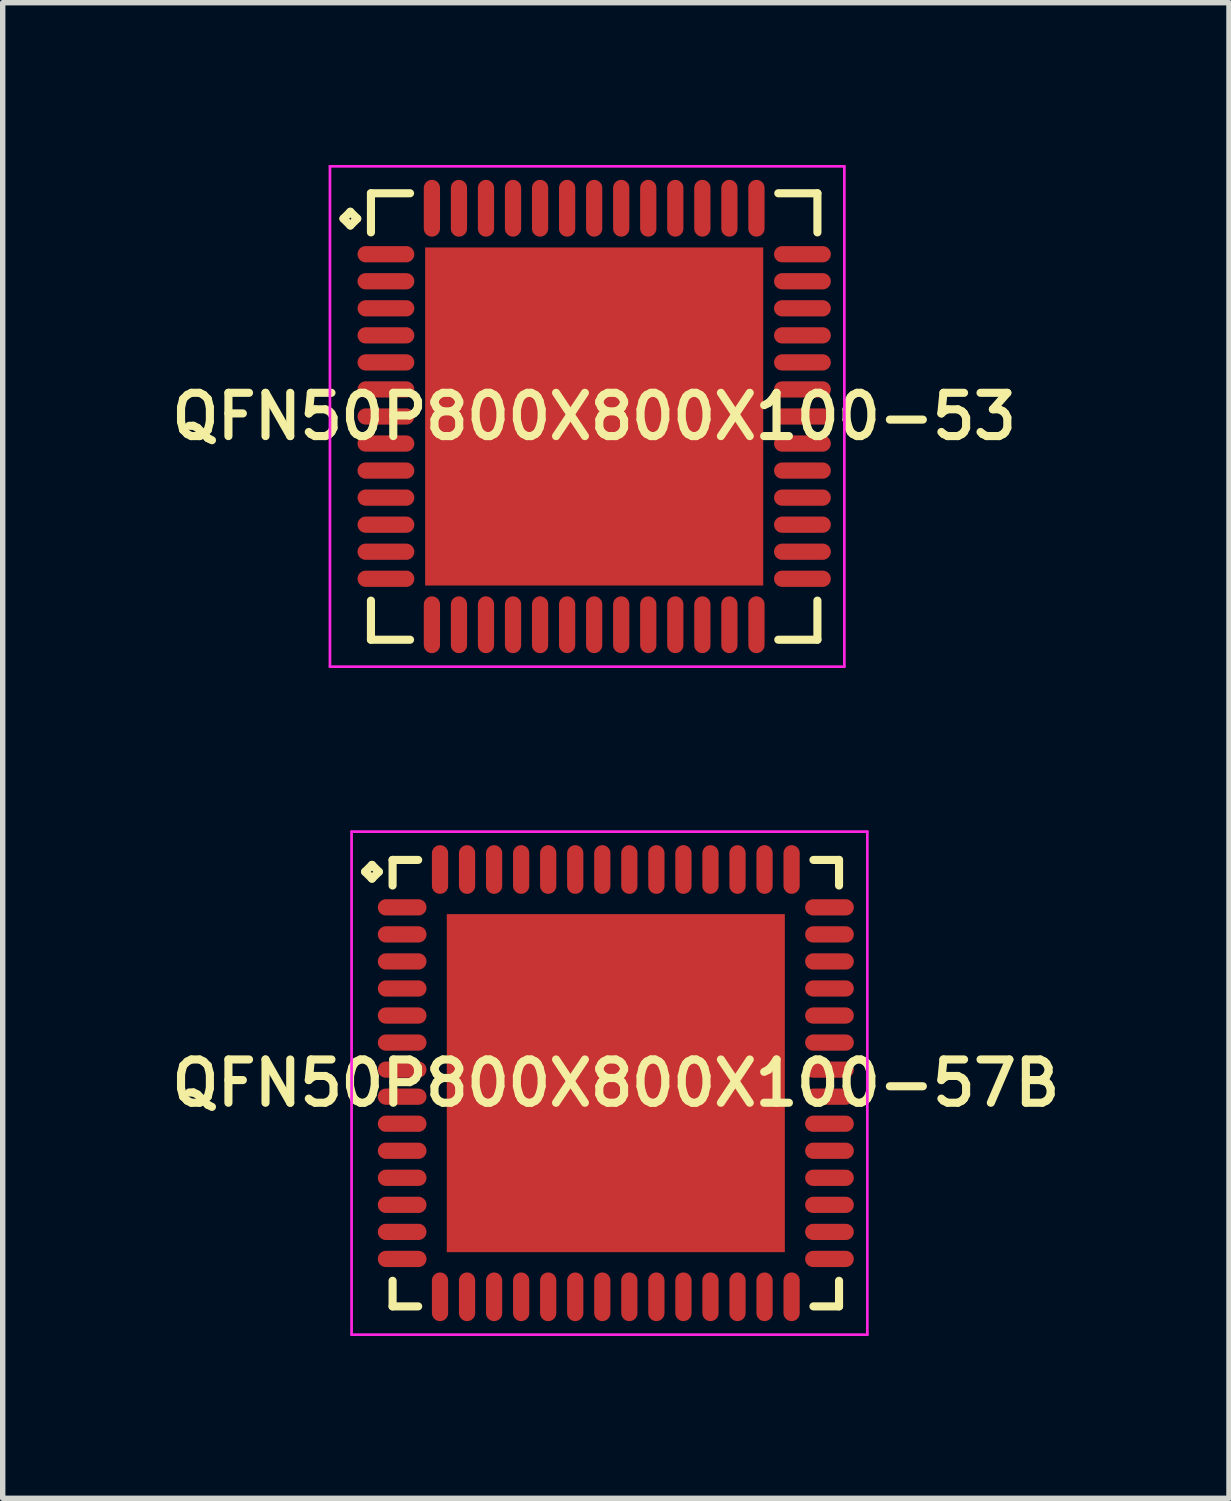
<source format=kicad_pcb>
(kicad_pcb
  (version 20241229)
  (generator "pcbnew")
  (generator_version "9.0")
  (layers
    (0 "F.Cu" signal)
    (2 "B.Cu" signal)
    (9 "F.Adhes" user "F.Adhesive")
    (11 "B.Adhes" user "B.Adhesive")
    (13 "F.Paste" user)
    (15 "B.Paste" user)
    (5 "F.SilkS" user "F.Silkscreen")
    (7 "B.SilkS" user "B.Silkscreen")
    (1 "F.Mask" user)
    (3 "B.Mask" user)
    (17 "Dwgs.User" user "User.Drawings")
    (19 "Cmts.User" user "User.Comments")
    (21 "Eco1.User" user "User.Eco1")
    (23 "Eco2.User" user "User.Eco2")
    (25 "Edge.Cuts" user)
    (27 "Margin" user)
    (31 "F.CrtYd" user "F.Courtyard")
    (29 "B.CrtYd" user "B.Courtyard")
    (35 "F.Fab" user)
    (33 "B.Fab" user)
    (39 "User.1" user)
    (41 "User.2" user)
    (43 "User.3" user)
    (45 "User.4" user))
  (footprint "QFN50P800X800X100-57B"
    (layer "F.Cu")
    (at 8.335 16.975)
    (property "Reference" "QFN50P800X800X100-57B" (at 0 0 0) (layer "F.SilkS") (effects (font (size 0.8 0.8) (thickness 0.15))))
    (attr smd)
    (fp_line (start -4.635 -3.908) (end -4.508 -4.035) (stroke (width 0.15) (type solid)) (layer "F.SilkS"))
    (fp_line (start -4.508 -4.035) (end -4.381 -3.908) (stroke (width 0.15) (type solid)) (layer "F.SilkS"))
    (fp_line (start -4.508 -3.781) (end -4.635 -3.908) (stroke (width 0.15) (type solid)) (layer "F.SilkS"))
    (fp_line (start -4.381 -3.908) (end -4.508 -3.781) (stroke (width 0.15) (type solid)) (layer "F.SilkS"))
    (fp_line (start -4.127 -4.127) (end -3.654 -4.127) (stroke (width 0.15) (type solid)) (layer "F.SilkS"))
    (fp_line (start -4.127 -3.654) (end -4.127 -4.127) (stroke (width 0.15) (type solid)) (layer "F.SilkS"))
    (fp_line (start -4.127 3.654) (end -4.127 4.127) (stroke (width 0.15) (type solid)) (layer "F.SilkS"))
    (fp_line (start -4.127 4.127) (end -3.654 4.127) (stroke (width 0.15) (type solid)) (layer "F.SilkS"))
    (fp_line (start 3.654 -4.127) (end 4.127 -4.127) (stroke (width 0.15) (type solid)) (layer "F.SilkS"))
    (fp_line (start 3.654 4.127) (end 4.127 4.127) (stroke (width 0.15) (type solid)) (layer "F.SilkS"))
    (fp_line (start 4.127 -4.127) (end 4.127 -3.654) (stroke (width 0.15) (type solid)) (layer "F.SilkS"))
    (fp_line (start 4.127 4.127) (end 4.127 3.654) (stroke (width 0.15) (type solid)) (layer "F.SilkS"))
    (fp_line (start -4.885 -4.65) (end 4.65 -4.65) (stroke (width 0.05) (type solid)) (layer "F.CrtYd"))
    (fp_line (start -4.885 4.65) (end -4.885 -4.65) (stroke (width 0.05) (type solid)) (layer "F.CrtYd"))
    (fp_line (start 4.65 -4.65) (end 4.65 4.65) (stroke (width 0.05) (type solid)) (layer "F.CrtYd"))
    (fp_line (start 4.65 4.65) (end -4.885 4.65) (stroke (width 0.05) (type solid)) (layer "F.CrtYd"))
    (pad "1" smd oval (at -3.95 -3.25) (size 0.9 0.3) (layers "F.Cu" "F.Mask" "F.Paste"))
    (pad "2" smd oval (at -3.95 -2.75) (size 0.9 0.3) (layers "F.Cu" "F.Mask" "F.Paste"))
    (pad "3" smd oval (at -3.95 -2.25) (size 0.9 0.3) (layers "F.Cu" "F.Mask" "F.Paste"))
    (pad "4" smd oval (at -3.95 -1.75) (size 0.9 0.3) (layers "F.Cu" "F.Mask" "F.Paste"))
    (pad "5" smd oval (at -3.95 -1.25) (size 0.9 0.3) (layers "F.Cu" "F.Mask" "F.Paste"))
    (pad "6" smd oval (at -3.95 -0.75) (size 0.9 0.3) (layers "F.Cu" "F.Mask" "F.Paste"))
    (pad "7" smd oval (at -3.95 -0.25) (size 0.9 0.3) (layers "F.Cu" "F.Mask" "F.Paste"))
    (pad "8" smd oval (at -3.95 0.25) (size 0.9 0.3) (layers "F.Cu" "F.Mask" "F.Paste"))
    (pad "9" smd oval (at -3.95 0.75) (size 0.9 0.3) (layers "F.Cu" "F.Mask" "F.Paste"))
    (pad "10" smd oval (at -3.95 1.25) (size 0.9 0.3) (layers "F.Cu" "F.Mask" "F.Paste"))
    (pad "11" smd oval (at -3.95 1.75) (size 0.9 0.3) (layers "F.Cu" "F.Mask" "F.Paste"))
    (pad "12" smd oval (at -3.95 2.25) (size 0.9 0.3) (layers "F.Cu" "F.Mask" "F.Paste"))
    (pad "13" smd oval (at -3.95 2.75) (size 0.9 0.3) (layers "F.Cu" "F.Mask" "F.Paste"))
    (pad "14" smd oval (at -3.95 3.25) (size 0.9 0.3) (layers "F.Cu" "F.Mask" "F.Paste"))
    (pad "15" smd oval (at -3.25 3.95) (size 0.3 0.9) (layers "F.Cu" "F.Mask" "F.Paste"))
    (pad "16" smd oval (at -2.75 3.95) (size 0.3 0.9) (layers "F.Cu" "F.Mask" "F.Paste"))
    (pad "17" smd oval (at -2.25 3.95) (size 0.3 0.9) (layers "F.Cu" "F.Mask" "F.Paste"))
    (pad "18" smd oval (at -1.75 3.95) (size 0.3 0.9) (layers "F.Cu" "F.Mask" "F.Paste"))
    (pad "19" smd oval (at -1.25 3.95) (size 0.3 0.9) (layers "F.Cu" "F.Mask" "F.Paste"))
    (pad "20" smd oval (at -0.75 3.95) (size 0.3 0.9) (layers "F.Cu" "F.Mask" "F.Paste"))
    (pad "21" smd oval (at -0.25 3.95) (size 0.3 0.9) (layers "F.Cu" "F.Mask" "F.Paste"))
    (pad "22" smd oval (at 0.25 3.95) (size 0.3 0.9) (layers "F.Cu" "F.Mask" "F.Paste"))
    (pad "23" smd oval (at 0.75 3.95) (size 0.3 0.9) (layers "F.Cu" "F.Mask" "F.Paste"))
    (pad "24" smd oval (at 1.25 3.95) (size 0.3 0.9) (layers "F.Cu" "F.Mask" "F.Paste"))
    (pad "25" smd oval (at 1.75 3.95) (size 0.3 0.9) (layers "F.Cu" "F.Mask" "F.Paste"))
    (pad "26" smd oval (at 2.25 3.95) (size 0.3 0.9) (layers "F.Cu" "F.Mask" "F.Paste"))
    (pad "27" smd oval (at 2.75 3.95) (size 0.3 0.9) (layers "F.Cu" "F.Mask" "F.Paste"))
    (pad "28" smd oval (at 3.25 3.95) (size 0.3 0.9) (layers "F.Cu" "F.Mask" "F.Paste"))
    (pad "29" smd oval (at 3.95 3.25) (size 0.9 0.3) (layers "F.Cu" "F.Mask" "F.Paste"))
    (pad "30" smd oval (at 3.95 2.75) (size 0.9 0.3) (layers "F.Cu" "F.Mask" "F.Paste"))
    (pad "31" smd oval (at 3.95 2.25) (size 0.9 0.3) (layers "F.Cu" "F.Mask" "F.Paste"))
    (pad "32" smd oval (at 3.95 1.75) (size 0.9 0.3) (layers "F.Cu" "F.Mask" "F.Paste"))
    (pad "33" smd oval (at 3.95 1.25) (size 0.9 0.3) (layers "F.Cu" "F.Mask" "F.Paste"))
    (pad "34" smd oval (at 3.95 0.75) (size 0.9 0.3) (layers "F.Cu" "F.Mask" "F.Paste"))
    (pad "35" smd oval (at 3.95 0.25) (size 0.9 0.3) (layers "F.Cu" "F.Mask" "F.Paste"))
    (pad "36" smd oval (at 3.95 -0.25) (size 0.9 0.3) (layers "F.Cu" "F.Mask" "F.Paste"))
    (pad "37" smd oval (at 3.95 -0.75) (size 0.9 0.3) (layers "F.Cu" "F.Mask" "F.Paste"))
    (pad "38" smd oval (at 3.95 -1.25) (size 0.9 0.3) (layers "F.Cu" "F.Mask" "F.Paste"))
    (pad "39" smd oval (at 3.95 -1.75) (size 0.9 0.3) (layers "F.Cu" "F.Mask" "F.Paste"))
    (pad "40" smd oval (at 3.95 -2.25) (size 0.9 0.3) (layers "F.Cu" "F.Mask" "F.Paste"))
    (pad "41" smd oval (at 3.95 -2.75) (size 0.9 0.3) (layers "F.Cu" "F.Mask" "F.Paste"))
    (pad "42" smd oval (at 3.95 -3.25) (size 0.9 0.3) (layers "F.Cu" "F.Mask" "F.Paste"))
    (pad "43" smd oval (at 3.25 -3.95) (size 0.3 0.9) (layers "F.Cu" "F.Mask" "F.Paste"))
    (pad "44" smd oval (at 2.75 -3.95) (size 0.3 0.9) (layers "F.Cu" "F.Mask" "F.Paste"))
    (pad "45" smd oval (at 2.25 -3.95) (size 0.3 0.9) (layers "F.Cu" "F.Mask" "F.Paste"))
    (pad "46" smd oval (at 1.75 -3.95) (size 0.3 0.9) (layers "F.Cu" "F.Mask" "F.Paste"))
    (pad "47" smd oval (at 1.25 -3.95) (size 0.3 0.9) (layers "F.Cu" "F.Mask" "F.Paste"))
    (pad "48" smd oval (at 0.75 -3.95) (size 0.3 0.9) (layers "F.Cu" "F.Mask" "F.Paste"))
    (pad "49" smd oval (at 0.25 -3.95) (size 0.3 0.9) (layers "F.Cu" "F.Mask" "F.Paste"))
    (pad "50" smd oval (at -0.25 -3.95) (size 0.3 0.9) (layers "F.Cu" "F.Mask" "F.Paste"))
    (pad "51" smd oval (at -0.75 -3.95) (size 0.3 0.9) (layers "F.Cu" "F.Mask" "F.Paste"))
    (pad "52" smd oval (at -1.25 -3.95) (size 0.3 0.9) (layers "F.Cu" "F.Mask" "F.Paste"))
    (pad "53" smd oval (at -1.75 -3.95) (size 0.3 0.9) (layers "F.Cu" "F.Mask" "F.Paste"))
    (pad "54" smd oval (at -2.25 -3.95) (size 0.3 0.9) (layers "F.Cu" "F.Mask" "F.Paste"))
    (pad "55" smd oval (at -2.75 -3.95) (size 0.3 0.9) (layers "F.Cu" "F.Mask" "F.Paste"))
    (pad "56" smd oval (at -3.25 -3.95) (size 0.3 0.9) (layers "F.Cu" "F.Mask" "F.Paste"))
    (pad "57" smd rect (at 0 0) (size 6.25 6.25) (layers "F.Cu" "F.Mask" "F.Paste")))
  (footprint "QFN50P800X800X100-53"
    (layer "F.Cu")
    (at 7.935 4.65)
    (property "Reference" "QFN50P800X800X100-53" (at 0 0 0) (layer "F.SilkS") (effects (font (size 0.8 0.8) (thickness 0.15))))
    (attr smd)
    (fp_line (start -4.635 -3.658) (end -4.508 -3.785) (stroke (width 0.15) (type solid)) (layer "F.SilkS"))
    (fp_line (start -4.508 -3.785) (end -4.381 -3.658) (stroke (width 0.15) (type solid)) (layer "F.SilkS"))
    (fp_line (start -4.508 -3.531) (end -4.635 -3.658) (stroke (width 0.15) (type solid)) (layer "F.SilkS"))
    (fp_line (start -4.381 -3.658) (end -4.508 -3.531) (stroke (width 0.15) (type solid)) (layer "F.SilkS"))
    (fp_line (start -4.127 -4.127) (end -3.404 -4.127) (stroke (width 0.15) (type solid)) (layer "F.SilkS"))
    (fp_line (start -4.127 -3.404) (end -4.127 -4.127) (stroke (width 0.15) (type solid)) (layer "F.SilkS"))
    (fp_line (start -4.127 3.404) (end -4.127 4.127) (stroke (width 0.15) (type solid)) (layer "F.SilkS"))
    (fp_line (start -4.127 4.127) (end -3.404 4.127) (stroke (width 0.15) (type solid)) (layer "F.SilkS"))
    (fp_line (start 3.404 -4.127) (end 4.127 -4.127) (stroke (width 0.15) (type solid)) (layer "F.SilkS"))
    (fp_line (start 3.404 4.127) (end 4.127 4.127) (stroke (width 0.15) (type solid)) (layer "F.SilkS"))
    (fp_line (start 4.127 -4.127) (end 4.127 -3.404) (stroke (width 0.15) (type solid)) (layer "F.SilkS"))
    (fp_line (start 4.127 4.127) (end 4.127 3.404) (stroke (width 0.15) (type solid)) (layer "F.SilkS"))
    (fp_line (start -4.885 -4.625) (end 4.625 -4.625) (stroke (width 0.05) (type solid)) (layer "F.CrtYd"))
    (fp_line (start -4.885 4.625) (end -4.885 -4.625) (stroke (width 0.05) (type solid)) (layer "F.CrtYd"))
    (fp_line (start 4.625 -4.625) (end 4.625 4.625) (stroke (width 0.05) (type solid)) (layer "F.CrtYd"))
    (fp_line (start 4.625 4.625) (end -4.885 4.625) (stroke (width 0.05) (type solid)) (layer "F.CrtYd"))
    (pad "1" smd oval (at -3.85 -3) (size 1.05 0.3) (layers "F.Cu" "F.Mask" "F.Paste"))
    (pad "2" smd oval (at -3.85 -2.5) (size 1.05 0.3) (layers "F.Cu" "F.Mask" "F.Paste"))
    (pad "3" smd oval (at -3.85 -2) (size 1.05 0.3) (layers "F.Cu" "F.Mask" "F.Paste"))
    (pad "4" smd oval (at -3.85 -1.5) (size 1.05 0.3) (layers "F.Cu" "F.Mask" "F.Paste"))
    (pad "5" smd oval (at -3.85 -1) (size 1.05 0.3) (layers "F.Cu" "F.Mask" "F.Paste"))
    (pad "6" smd oval (at -3.85 -0.5) (size 1.05 0.3) (layers "F.Cu" "F.Mask" "F.Paste"))
    (pad "7" smd oval (at -3.85 0) (size 1.05 0.3) (layers "F.Cu" "F.Mask" "F.Paste"))
    (pad "8" smd oval (at -3.85 0.5) (size 1.05 0.3) (layers "F.Cu" "F.Mask" "F.Paste"))
    (pad "9" smd oval (at -3.85 1) (size 1.05 0.3) (layers "F.Cu" "F.Mask" "F.Paste"))
    (pad "10" smd oval (at -3.85 1.5) (size 1.05 0.3) (layers "F.Cu" "F.Mask" "F.Paste"))
    (pad "11" smd oval (at -3.85 2) (size 1.05 0.3) (layers "F.Cu" "F.Mask" "F.Paste"))
    (pad "12" smd oval (at -3.85 2.5) (size 1.05 0.3) (layers "F.Cu" "F.Mask" "F.Paste"))
    (pad "13" smd oval (at -3.85 3) (size 1.05 0.3) (layers "F.Cu" "F.Mask" "F.Paste"))
    (pad "14" smd oval (at -3 3.85) (size 0.3 1.05) (layers "F.Cu" "F.Mask" "F.Paste"))
    (pad "15" smd oval (at -2.5 3.85) (size 0.3 1.05) (layers "F.Cu" "F.Mask" "F.Paste"))
    (pad "16" smd oval (at -2 3.85) (size 0.3 1.05) (layers "F.Cu" "F.Mask" "F.Paste"))
    (pad "17" smd oval (at -1.5 3.85) (size 0.3 1.05) (layers "F.Cu" "F.Mask" "F.Paste"))
    (pad "18" smd oval (at -1 3.85) (size 0.3 1.05) (layers "F.Cu" "F.Mask" "F.Paste"))
    (pad "19" smd oval (at -0.5 3.85) (size 0.3 1.05) (layers "F.Cu" "F.Mask" "F.Paste"))
    (pad "20" smd oval (at 0 3.85) (size 0.3 1.05) (layers "F.Cu" "F.Mask" "F.Paste"))
    (pad "21" smd oval (at 0.5 3.85) (size 0.3 1.05) (layers "F.Cu" "F.Mask" "F.Paste"))
    (pad "22" smd oval (at 1 3.85) (size 0.3 1.05) (layers "F.Cu" "F.Mask" "F.Paste"))
    (pad "23" smd oval (at 1.5 3.85) (size 0.3 1.05) (layers "F.Cu" "F.Mask" "F.Paste"))
    (pad "24" smd oval (at 2 3.85) (size 0.3 1.05) (layers "F.Cu" "F.Mask" "F.Paste"))
    (pad "25" smd oval (at 2.5 3.85) (size 0.3 1.05) (layers "F.Cu" "F.Mask" "F.Paste"))
    (pad "26" smd oval (at 3 3.85) (size 0.3 1.05) (layers "F.Cu" "F.Mask" "F.Paste"))
    (pad "27" smd oval (at 3.85 3) (size 1.05 0.3) (layers "F.Cu" "F.Mask" "F.Paste"))
    (pad "28" smd oval (at 3.85 2.5) (size 1.05 0.3) (layers "F.Cu" "F.Mask" "F.Paste"))
    (pad "29" smd oval (at 3.85 2) (size 1.05 0.3) (layers "F.Cu" "F.Mask" "F.Paste"))
    (pad "30" smd oval (at 3.85 1.5) (size 1.05 0.3) (layers "F.Cu" "F.Mask" "F.Paste"))
    (pad "31" smd oval (at 3.85 1) (size 1.05 0.3) (layers "F.Cu" "F.Mask" "F.Paste"))
    (pad "32" smd oval (at 3.85 0.5) (size 1.05 0.3) (layers "F.Cu" "F.Mask" "F.Paste"))
    (pad "33" smd oval (at 3.85 0) (size 1.05 0.3) (layers "F.Cu" "F.Mask" "F.Paste"))
    (pad "34" smd oval (at 3.85 -0.5) (size 1.05 0.3) (layers "F.Cu" "F.Mask" "F.Paste"))
    (pad "35" smd oval (at 3.85 -1) (size 1.05 0.3) (layers "F.Cu" "F.Mask" "F.Paste"))
    (pad "36" smd oval (at 3.85 -1.5) (size 1.05 0.3) (layers "F.Cu" "F.Mask" "F.Paste"))
    (pad "37" smd oval (at 3.85 -2) (size 1.05 0.3) (layers "F.Cu" "F.Mask" "F.Paste"))
    (pad "38" smd oval (at 3.85 -2.5) (size 1.05 0.3) (layers "F.Cu" "F.Mask" "F.Paste"))
    (pad "39" smd oval (at 3.85 -3) (size 1.05 0.3) (layers "F.Cu" "F.Mask" "F.Paste"))
    (pad "40" smd oval (at 3 -3.85) (size 0.3 1.05) (layers "F.Cu" "F.Mask" "F.Paste"))
    (pad "41" smd oval (at 2.5 -3.85) (size 0.3 1.05) (layers "F.Cu" "F.Mask" "F.Paste"))
    (pad "42" smd oval (at 2 -3.85) (size 0.3 1.05) (layers "F.Cu" "F.Mask" "F.Paste"))
    (pad "43" smd oval (at 1.5 -3.85) (size 0.3 1.05) (layers "F.Cu" "F.Mask" "F.Paste"))
    (pad "44" smd oval (at 1 -3.85) (size 0.3 1.05) (layers "F.Cu" "F.Mask" "F.Paste"))
    (pad "45" smd oval (at 0.5 -3.85) (size 0.3 1.05) (layers "F.Cu" "F.Mask" "F.Paste"))
    (pad "46" smd oval (at 0 -3.85) (size 0.3 1.05) (layers "F.Cu" "F.Mask" "F.Paste"))
    (pad "47" smd oval (at -0.5 -3.85) (size 0.3 1.05) (layers "F.Cu" "F.Mask" "F.Paste"))
    (pad "48" smd oval (at -1 -3.85) (size 0.3 1.05) (layers "F.Cu" "F.Mask" "F.Paste"))
    (pad "49" smd oval (at -1.5 -3.85) (size 0.3 1.05) (layers "F.Cu" "F.Mask" "F.Paste"))
    (pad "50" smd oval (at -2 -3.85) (size 0.3 1.05) (layers "F.Cu" "F.Mask" "F.Paste"))
    (pad "51" smd oval (at -2.5 -3.85) (size 0.3 1.05) (layers "F.Cu" "F.Mask" "F.Paste"))
    (pad "52" smd oval (at -3 -3.85) (size 0.3 1.05) (layers "F.Cu" "F.Mask" "F.Paste"))
    (pad "53" smd rect (at 0 0) (size 6.25 6.25) (layers "F.Cu" "F.Mask" "F.Paste")))
  (gr_rect
    (start -3 -3)
    (end 19.671 24.65)
    (stroke (width 0.1) (type default))
    (fill no)
    (layer "Edge.Cuts")))
</source>
